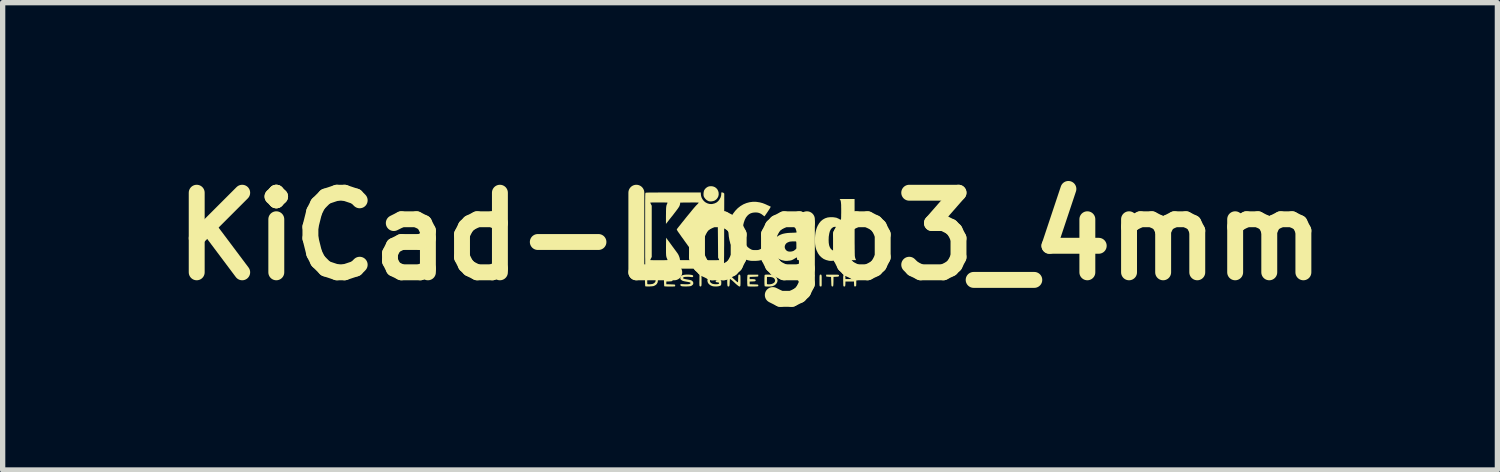
<source format=kicad_pcb>
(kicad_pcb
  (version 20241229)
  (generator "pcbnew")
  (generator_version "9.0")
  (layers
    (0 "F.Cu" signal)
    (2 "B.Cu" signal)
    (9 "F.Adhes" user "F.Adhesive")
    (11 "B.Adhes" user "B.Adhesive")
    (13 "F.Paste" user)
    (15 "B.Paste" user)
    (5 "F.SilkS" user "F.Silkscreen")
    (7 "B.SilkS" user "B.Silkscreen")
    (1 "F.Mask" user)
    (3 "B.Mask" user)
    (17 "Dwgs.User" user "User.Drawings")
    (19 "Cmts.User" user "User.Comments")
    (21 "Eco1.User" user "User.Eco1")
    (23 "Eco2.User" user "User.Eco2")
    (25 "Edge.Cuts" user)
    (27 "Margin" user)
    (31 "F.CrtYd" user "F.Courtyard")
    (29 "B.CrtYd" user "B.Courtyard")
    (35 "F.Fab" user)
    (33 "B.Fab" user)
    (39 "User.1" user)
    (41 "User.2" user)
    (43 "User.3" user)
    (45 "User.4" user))
  (footprint "KiCad-Logo3_4mm"
    (layer "F.Cu")
    (at 11.086 1.404)
    (property "Reference" "KiCad-Logo3_4mm" (at 0 0 0) (layer "F.SilkS") (effects (font (size 1.5 1.5) (thickness 0.3))))
    (attr board_only exclude_from_pos_files exclude_from_bom)
    (fp_poly (pts (xy -0.926 0.722) (xy -0.921 0.726) (xy -0.918 0.734) (xy -0.916 0.747) (xy -0.915 0.767) (xy -0.914 0.794) (xy -0.914 0.829) (xy -0.914 0.834) (xy -0.914 0.867) (xy -0.914 0.893) (xy -0.915 0.911) (xy -0.916 0.924) (xy -0.918 0.932) (xy -0.92 0.937) (xy -0.921 0.939) (xy -0.932 0.946) (xy -0.943 0.943) (xy -0.948 0.939) (xy -0.951 0.935) (xy -0.952 0.93) (xy -0.954 0.921) (xy -0.954 0.907) (xy -0.955 0.887) (xy -0.955 0.861) (xy -0.954 0.83) (xy -0.953 0.728) (xy -0.94 0.724) (xy -0.932 0.721)) (stroke (width 0) (type solid)) (fill yes) (layer "F.SilkS"))
    (fp_poly (pts (xy -0.699 -0.941) (xy -0.667 -0.929) (xy -0.64 -0.911) (xy -0.617 -0.886) (xy -0.601 -0.855) (xy -0.593 -0.827) (xy -0.591 -0.791) (xy -0.597 -0.756) (xy -0.612 -0.725) (xy -0.633 -0.698) (xy -0.662 -0.677) (xy -0.671 -0.672) (xy -0.695 -0.664) (xy -0.723 -0.659) (xy -0.751 -0.658) (xy -0.775 -0.661) (xy -0.782 -0.664) (xy -0.814 -0.68) (xy -0.841 -0.704) (xy -0.863 -0.733) (xy -0.872 -0.752) (xy -0.876 -0.769) (xy -0.877 -0.792) (xy -0.876 -0.818) (xy -0.872 -0.843) (xy -0.866 -0.864) (xy -0.863 -0.87) (xy -0.847 -0.894) (xy -0.825 -0.915) (xy -0.799 -0.932) (xy -0.772 -0.942) (xy -0.771 -0.942) (xy -0.734 -0.945)) (stroke (width 0) (type solid)) (fill yes) (layer "F.SilkS"))
    (fp_poly (pts (xy 1.336 0.722) (xy 1.341 0.724) (xy 1.345 0.728) (xy 1.347 0.736) (xy 1.349 0.75) (xy 1.35 0.768) (xy 1.35 0.794) (xy 1.35 0.828) (xy 1.35 0.836) (xy 1.35 0.87) (xy 1.35 0.896) (xy 1.35 0.915) (xy 1.349 0.928) (xy 1.347 0.937) (xy 1.346 0.941) (xy 1.343 0.943) (xy 1.343 0.943) (xy 1.329 0.946) (xy 1.317 0.941) (xy 1.314 0.939) (xy 1.312 0.935) (xy 1.311 0.928) (xy 1.31 0.917) (xy 1.309 0.9) (xy 1.309 0.877) (xy 1.309 0.846) (xy 1.309 0.834) (xy 1.309 0.799) (xy 1.309 0.772) (xy 1.31 0.752) (xy 1.312 0.738) (xy 1.314 0.729) (xy 1.318 0.724) (xy 1.323 0.722) (xy 1.329 0.721) (xy 1.33 0.721)) (stroke (width 0) (type solid)) (fill yes) (layer "F.SilkS"))
    (fp_poly (pts (xy 1.617 0.722) (xy 1.639 0.722) (xy 1.655 0.724) (xy 1.665 0.725) (xy 1.672 0.728) (xy 1.675 0.732) (xy 1.676 0.737) (xy 1.676 0.739) (xy 1.675 0.748) (xy 1.671 0.754) (xy 1.662 0.758) (xy 1.647 0.761) (xy 1.625 0.762) (xy 1.62 0.762) (xy 1.573 0.765) (xy 1.572 0.849) (xy 1.571 0.882) (xy 1.57 0.908) (xy 1.568 0.927) (xy 1.567 0.938) (xy 1.566 0.94) (xy 1.556 0.946) (xy 1.545 0.944) (xy 1.538 0.939) (xy 1.536 0.933) (xy 1.533 0.921) (xy 1.532 0.903) (xy 1.531 0.878) (xy 1.53 0.848) (xy 1.527 0.765) (xy 1.5 0.764) (xy 1.48 0.763) (xy 1.461 0.761) (xy 1.452 0.76) (xy 1.44 0.758) (xy 1.435 0.754) (xy 1.433 0.747) (xy 1.434 0.74) (xy 1.435 0.723) (xy 1.55 0.722) (xy 1.587 0.722)) (stroke (width 0) (type solid)) (fill yes) (layer "F.SilkS"))
    (fp_poly (pts (xy 1.991 0.725) (xy 2.003 0.73) (xy 2.003 0.826) (xy 2.002 0.855) (xy 2.002 0.881) (xy 2.001 0.904) (xy 2.001 0.921) (xy 2 0.93) (xy 2 0.931) (xy 1.993 0.941) (xy 1.981 0.945) (xy 1.971 0.944) (xy 1.966 0.942) (xy 1.964 0.937) (xy 1.962 0.928) (xy 1.961 0.913) (xy 1.96 0.897) (xy 1.959 0.852) (xy 1.879 0.852) (xy 1.798 0.852) (xy 1.797 0.893) (xy 1.796 0.912) (xy 1.794 0.928) (xy 1.792 0.938) (xy 1.791 0.94) (xy 1.781 0.946) (xy 1.768 0.944) (xy 1.764 0.942) (xy 1.761 0.939) (xy 1.759 0.932) (xy 1.758 0.922) (xy 1.757 0.906) (xy 1.756 0.883) (xy 1.756 0.852) (xy 1.755 0.846) (xy 1.755 0.809) (xy 1.755 0.78) (xy 1.756 0.758) (xy 1.758 0.742) (xy 1.761 0.732) (xy 1.765 0.726) (xy 1.77 0.723) (xy 1.774 0.722) (xy 1.783 0.723) (xy 1.79 0.728) (xy 1.794 0.739) (xy 1.796 0.757) (xy 1.797 0.77) (xy 1.798 0.806) (xy 1.879 0.806) (xy 1.959 0.806) (xy 1.961 0.768) (xy 1.963 0.745) (xy 1.967 0.73) (xy 1.973 0.723) (xy 1.981 0.722)) (stroke (width 0) (type solid)) (fill yes) (layer "F.SilkS"))
    (fp_poly (pts (xy 0.363 0.722) (xy 0.385 0.723) (xy 0.404 0.725) (xy 0.414 0.726) (xy 0.448 0.737) (xy 0.476 0.755) (xy 0.498 0.778) (xy 0.513 0.807) (xy 0.515 0.812) (xy 0.518 0.837) (xy 0.513 0.862) (xy 0.5 0.886) (xy 0.482 0.907) (xy 0.458 0.925) (xy 0.43 0.937) (xy 0.414 0.942) (xy 0.397 0.944) (xy 0.376 0.945) (xy 0.353 0.946) (xy 0.33 0.946) (xy 0.309 0.946) (xy 0.291 0.944) (xy 0.28 0.942) (xy 0.277 0.941) (xy 0.275 0.934) (xy 0.273 0.92) (xy 0.272 0.9) (xy 0.271 0.876) (xy 0.271 0.853) (xy 0.318 0.853) (xy 0.318 0.873) (xy 0.318 0.889) (xy 0.319 0.898) (xy 0.319 0.899) (xy 0.325 0.902) (xy 0.337 0.904) (xy 0.354 0.905) (xy 0.374 0.904) (xy 0.393 0.901) (xy 0.409 0.898) (xy 0.436 0.886) (xy 0.456 0.872) (xy 0.468 0.854) (xy 0.472 0.833) (xy 0.471 0.825) (xy 0.463 0.803) (xy 0.447 0.786) (xy 0.423 0.774) (xy 0.392 0.767) (xy 0.361 0.765) (xy 0.319 0.765) (xy 0.318 0.829) (xy 0.318 0.853) (xy 0.271 0.853) (xy 0.271 0.85) (xy 0.271 0.822) (xy 0.271 0.795) (xy 0.272 0.77) (xy 0.273 0.75) (xy 0.274 0.735) (xy 0.276 0.727) (xy 0.277 0.727) (xy 0.284 0.724) (xy 0.298 0.722) (xy 0.317 0.721) (xy 0.339 0.721)) (stroke (width 0) (type solid)) (fill yes) (layer "F.SilkS"))
    (fp_poly (pts (xy 0.025 0.722) (xy 0.057 0.722) (xy 0.154 0.723) (xy 0.155 0.737) (xy 0.155 0.748) (xy 0.152 0.755) (xy 0.146 0.757) (xy 0.131 0.759) (xy 0.11 0.76) (xy 0.084 0.762) (xy 0.07 0.762) (xy -0.007 0.765) (xy -0.007 0.785) (xy -0.007 0.806) (xy 0.043 0.807) (xy 0.069 0.808) (xy 0.086 0.81) (xy 0.097 0.814) (xy 0.103 0.819) (xy 0.106 0.826) (xy 0.106 0.829) (xy 0.104 0.837) (xy 0.1 0.843) (xy 0.091 0.847) (xy 0.075 0.849) (xy 0.052 0.85) (xy 0.043 0.851) (xy -0.007 0.852) (xy -0.007 0.877) (xy -0.007 0.903) (xy 0.069 0.905) (xy 0.095 0.906) (xy 0.117 0.907) (xy 0.135 0.908) (xy 0.147 0.91) (xy 0.15 0.911) (xy 0.155 0.919) (xy 0.156 0.93) (xy 0.152 0.94) (xy 0.151 0.941) (xy 0.144 0.942) (xy 0.131 0.944) (xy 0.111 0.945) (xy 0.088 0.946) (xy 0.062 0.946) (xy 0.035 0.946) (xy 0.01 0.946) (xy -0.012 0.945) (xy -0.031 0.944) (xy -0.042 0.943) (xy -0.046 0.942) (xy -0.048 0.936) (xy -0.05 0.922) (xy -0.052 0.903) (xy -0.053 0.879) (xy -0.053 0.853) (xy -0.054 0.825) (xy -0.053 0.798) (xy -0.052 0.774) (xy -0.051 0.753) (xy -0.049 0.737) (xy -0.047 0.729) (xy -0.046 0.729) (xy -0.043 0.726) (xy -0.038 0.724) (xy -0.03 0.723) (xy -0.018 0.722) (xy 0.000298 0.722)) (stroke (width 0) (type solid)) (fill yes) (layer "F.SilkS"))
    (fp_poly (pts (xy -1.876 0.722) (xy -1.844 0.726) (xy -1.818 0.732) (xy -1.796 0.74) (xy -1.784 0.747) (xy -1.762 0.765) (xy -1.747 0.789) (xy -1.739 0.815) (xy -1.737 0.843) (xy -1.743 0.871) (xy -1.757 0.896) (xy -1.76 0.9) (xy -1.773 0.913) (xy -1.791 0.925) (xy -1.81 0.934) (xy -1.817 0.937) (xy -1.829 0.939) (xy -1.848 0.942) (xy -1.87 0.943) (xy -1.894 0.945) (xy -1.918 0.945) (xy -1.94 0.945) (xy -1.958 0.944) (xy -1.97 0.943) (xy -1.974 0.941) (xy -1.976 0.935) (xy -1.977 0.921) (xy -1.978 0.901) (xy -1.979 0.877) (xy -1.98 0.853) (xy -1.938 0.853) (xy -1.937 0.873) (xy -1.937 0.889) (xy -1.936 0.898) (xy -1.936 0.9) (xy -1.93 0.902) (xy -1.918 0.904) (xy -1.901 0.904) (xy -1.881 0.903) (xy -1.862 0.901) (xy -1.844 0.898) (xy -1.83 0.895) (xy -1.828 0.894) (xy -1.805 0.88) (xy -1.789 0.863) (xy -1.78 0.843) (xy -1.781 0.822) (xy -1.79 0.801) (xy -1.79 0.801) (xy -1.804 0.786) (xy -1.826 0.775) (xy -1.852 0.767) (xy -1.883 0.763) (xy -1.906 0.763) (xy -1.936 0.765) (xy -1.937 0.829) (xy -1.938 0.853) (xy -1.98 0.853) (xy -1.98 0.85) (xy -1.98 0.823) (xy -1.98 0.796) (xy -1.979 0.772) (xy -1.978 0.752) (xy -1.977 0.737) (xy -1.975 0.73) (xy -1.972 0.726) (xy -1.967 0.724) (xy -1.959 0.722) (xy -1.946 0.721) (xy -1.925 0.721) (xy -1.914 0.721)) (stroke (width 0) (type solid)) (fill yes) (layer "F.SilkS"))
    (fp_poly (pts (xy -1.48 0.721) (xy -1.456 0.721) (xy -1.438 0.722) (xy -1.426 0.723) (xy -1.418 0.724) (xy -1.414 0.726) (xy -1.413 0.728) (xy -1.41 0.742) (xy -1.413 0.753) (xy -1.416 0.756) (xy -1.422 0.758) (xy -1.436 0.759) (xy -1.456 0.761) (xy -1.48 0.762) (xy -1.5 0.762) (xy -1.578 0.765) (xy -1.578 0.785) (xy -1.578 0.806) (xy -1.524 0.808) (xy -1.498 0.81) (xy -1.48 0.812) (xy -1.469 0.815) (xy -1.463 0.819) (xy -1.461 0.826) (xy -1.461 0.829) (xy -1.462 0.836) (xy -1.466 0.842) (xy -1.475 0.845) (xy -1.49 0.848) (xy -1.513 0.849) (xy -1.524 0.85) (xy -1.578 0.852) (xy -1.578 0.877) (xy -1.578 0.903) (xy -1.5 0.905) (xy -1.474 0.906) (xy -1.45 0.907) (xy -1.432 0.908) (xy -1.42 0.91) (xy -1.416 0.911) (xy -1.411 0.919) (xy -1.411 0.932) (xy -1.413 0.939) (xy -1.415 0.941) (xy -1.419 0.943) (xy -1.427 0.945) (xy -1.44 0.945) (xy -1.459 0.946) (xy -1.485 0.946) (xy -1.513 0.946) (xy -1.549 0.946) (xy -1.577 0.945) (xy -1.597 0.944) (xy -1.609 0.943) (xy -1.616 0.941) (xy -1.616 0.941) (xy -1.618 0.934) (xy -1.619 0.92) (xy -1.62 0.9) (xy -1.621 0.876) (xy -1.622 0.85) (xy -1.622 0.822) (xy -1.621 0.795) (xy -1.621 0.77) (xy -1.62 0.75) (xy -1.618 0.735) (xy -1.616 0.727) (xy -1.616 0.727) (xy -1.611 0.725) (xy -1.599 0.723) (xy -1.58 0.722) (xy -1.553 0.721) (xy -1.518 0.721) (xy -1.513 0.721)) (stroke (width 0) (type solid)) (fill yes) (layer "F.SilkS"))
    (fp_poly (pts (xy -0.407 0.72) (xy -0.403 0.721) (xy -0.395 0.727) (xy -0.381 0.737) (xy -0.366 0.75) (xy -0.35 0.763) (xy -0.337 0.775) (xy -0.335 0.776) (xy -0.32 0.791) (xy -0.302 0.807) (xy -0.284 0.823) (xy -0.267 0.839) (xy -0.253 0.851) (xy -0.243 0.859) (xy -0.24 0.862) (xy -0.235 0.865) (xy -0.231 0.865) (xy -0.228 0.863) (xy -0.227 0.855) (xy -0.225 0.841) (xy -0.225 0.82) (xy -0.224 0.793) (xy -0.223 0.766) (xy -0.222 0.747) (xy -0.22 0.734) (xy -0.216 0.726) (xy -0.211 0.722) (xy -0.204 0.721) (xy -0.202 0.721) (xy -0.195 0.722) (xy -0.19 0.724) (xy -0.187 0.728) (xy -0.184 0.737) (xy -0.182 0.75) (xy -0.181 0.769) (xy -0.181 0.795) (xy -0.18 0.826) (xy -0.18 0.86) (xy -0.18 0.889) (xy -0.181 0.912) (xy -0.182 0.927) (xy -0.183 0.934) (xy -0.188 0.942) (xy -0.194 0.946) (xy -0.203 0.945) (xy -0.215 0.939) (xy -0.231 0.927) (xy -0.252 0.91) (xy -0.278 0.887) (xy -0.287 0.878) (xy -0.311 0.856) (xy -0.333 0.836) (xy -0.351 0.821) (xy -0.366 0.81) (xy -0.375 0.804) (xy -0.378 0.803) (xy -0.38 0.809) (xy -0.381 0.822) (xy -0.382 0.841) (xy -0.384 0.864) (xy -0.384 0.871) (xy -0.385 0.899) (xy -0.387 0.919) (xy -0.39 0.933) (xy -0.394 0.941) (xy -0.4 0.945) (xy -0.408 0.946) (xy -0.409 0.946) (xy -0.419 0.943) (xy -0.421 0.94) (xy -0.425 0.932) (xy -0.427 0.915) (xy -0.429 0.894) (xy -0.43 0.868) (xy -0.43 0.84) (xy -0.43 0.811) (xy -0.429 0.784) (xy -0.427 0.76) (xy -0.425 0.74) (xy -0.422 0.727) (xy -0.42 0.724) (xy -0.414 0.719)) (stroke (width 0) (type solid)) (fill yes) (layer "F.SilkS"))
    (fp_poly (pts (xy -0.592 0.725) (xy -0.572 0.731) (xy -0.561 0.739) (xy -0.558 0.75) (xy -0.561 0.76) (xy -0.564 0.763) (xy -0.569 0.765) (xy -0.579 0.766) (xy -0.594 0.766) (xy -0.615 0.764) (xy -0.639 0.763) (xy -0.657 0.763) (xy -0.672 0.765) (xy -0.687 0.768) (xy -0.697 0.771) (xy -0.722 0.781) (xy -0.74 0.792) (xy -0.75 0.807) (xy -0.755 0.825) (xy -0.755 0.833) (xy -0.755 0.849) (xy -0.752 0.86) (xy -0.745 0.87) (xy -0.742 0.872) (xy -0.725 0.886) (xy -0.704 0.896) (xy -0.677 0.901) (xy -0.644 0.903) (xy -0.643 0.903) (xy -0.617 0.902) (xy -0.599 0.899) (xy -0.589 0.895) (xy -0.584 0.887) (xy -0.584 0.88) (xy -0.587 0.874) (xy -0.593 0.871) (xy -0.605 0.868) (xy -0.611 0.868) (xy -0.63 0.865) (xy -0.641 0.862) (xy -0.646 0.857) (xy -0.648 0.849) (xy -0.648 0.848) (xy -0.645 0.838) (xy -0.638 0.831) (xy -0.625 0.826) (xy -0.604 0.824) (xy -0.597 0.823) (xy -0.579 0.822) (xy -0.567 0.823) (xy -0.559 0.825) (xy -0.553 0.829) (xy -0.552 0.831) (xy -0.547 0.837) (xy -0.544 0.846) (xy -0.542 0.858) (xy -0.542 0.877) (xy -0.543 0.897) (xy -0.545 0.911) (xy -0.548 0.92) (xy -0.55 0.923) (xy -0.562 0.931) (xy -0.581 0.938) (xy -0.605 0.943) (xy -0.632 0.945) (xy -0.66 0.945) (xy -0.687 0.943) (xy -0.705 0.94) (xy -0.737 0.928) (xy -0.763 0.911) (xy -0.784 0.89) (xy -0.798 0.865) (xy -0.804 0.838) (xy -0.804 0.834) (xy -0.8 0.81) (xy -0.789 0.785) (xy -0.772 0.764) (xy -0.756 0.75) (xy -0.74 0.74) (xy -0.724 0.733) (xy -0.706 0.728) (xy -0.684 0.725) (xy -0.656 0.723) (xy -0.651 0.722) (xy -0.618 0.722)) (stroke (width 0) (type solid)) (fill yes) (layer "F.SilkS"))
    (fp_poly (pts (xy -1.145 0.722) (xy -1.115 0.725) (xy -1.093 0.729) (xy -1.079 0.735) (xy -1.072 0.744) (xy -1.072 0.755) (xy -1.076 0.764) (xy -1.083 0.768) (xy -1.095 0.769) (xy -1.114 0.767) (xy -1.115 0.767) (xy -1.136 0.764) (xy -1.162 0.763) (xy -1.188 0.763) (xy -1.212 0.764) (xy -1.232 0.765) (xy -1.241 0.767) (xy -1.254 0.773) (xy -1.262 0.78) (xy -1.263 0.781) (xy -1.264 0.787) (xy -1.26 0.793) (xy -1.249 0.798) (xy -1.232 0.804) (xy -1.206 0.809) (xy -1.182 0.813) (xy -1.155 0.818) (xy -1.134 0.822) (xy -1.12 0.826) (xy -1.109 0.829) (xy -1.101 0.834) (xy -1.092 0.84) (xy -1.087 0.845) (xy -1.076 0.856) (xy -1.072 0.865) (xy -1.07 0.879) (xy -1.07 0.881) (xy -1.071 0.897) (xy -1.076 0.907) (xy -1.083 0.915) (xy -1.095 0.925) (xy -1.106 0.933) (xy -1.119 0.938) (xy -1.136 0.941) (xy -1.157 0.943) (xy -1.185 0.944) (xy -1.197 0.945) (xy -1.222 0.945) (xy -1.247 0.944) (xy -1.267 0.943) (xy -1.281 0.942) (xy -1.285 0.941) (xy -1.302 0.935) (xy -1.311 0.927) (xy -1.312 0.915) (xy -1.312 0.911) (xy -1.309 0.9) (xy -1.237 0.903) (xy -1.199 0.904) (xy -1.17 0.903) (xy -1.148 0.901) (xy -1.134 0.896) (xy -1.125 0.89) (xy -1.122 0.883) (xy -1.122 0.877) (xy -1.125 0.873) (xy -1.132 0.869) (xy -1.144 0.865) (xy -1.162 0.861) (xy -1.188 0.856) (xy -1.2 0.854) (xy -1.229 0.849) (xy -1.251 0.844) (xy -1.268 0.839) (xy -1.281 0.833) (xy -1.292 0.825) (xy -1.299 0.82) (xy -1.309 0.81) (xy -1.313 0.799) (xy -1.314 0.789) (xy -1.311 0.768) (xy -1.302 0.751) (xy -1.287 0.739) (xy -1.264 0.73) (xy -1.234 0.724) (xy -1.196 0.721) (xy -1.184 0.721)) (stroke (width 0) (type solid)) (fill yes) (layer "F.SilkS"))
    (fp_poly (pts (xy 0.892 0.722) (xy 0.896 0.723) (xy 0.899 0.725) (xy 0.903 0.729) (xy 0.908 0.736) (xy 0.914 0.748) (xy 0.923 0.764) (xy 0.934 0.787) (xy 0.948 0.816) (xy 0.952 0.824) (xy 0.96 0.841) (xy 0.968 0.855) (xy 0.974 0.863) (xy 0.976 0.865) (xy 0.979 0.861) (xy 0.986 0.85) (xy 0.995 0.835) (xy 1 0.826) (xy 1.013 0.803) (xy 1.023 0.787) (xy 1.031 0.777) (xy 1.037 0.772) (xy 1.041 0.772) (xy 1.05 0.776) (xy 1.062 0.789) (xy 1.074 0.81) (xy 1.082 0.825) (xy 1.091 0.843) (xy 1.098 0.855) (xy 1.103 0.861) (xy 1.109 0.861) (xy 1.116 0.855) (xy 1.124 0.841) (xy 1.135 0.82) (xy 1.147 0.796) (xy 1.16 0.77) (xy 1.17 0.75) (xy 1.178 0.737) (xy 1.183 0.729) (xy 1.188 0.724) (xy 1.193 0.722) (xy 1.195 0.722) (xy 1.207 0.724) (xy 1.212 0.73) (xy 1.214 0.736) (xy 1.214 0.744) (xy 1.211 0.755) (xy 1.205 0.771) (xy 1.196 0.793) (xy 1.183 0.821) (xy 1.179 0.829) (xy 1.163 0.864) (xy 1.15 0.891) (xy 1.139 0.912) (xy 1.131 0.926) (xy 1.124 0.936) (xy 1.119 0.942) (xy 1.113 0.945) (xy 1.111 0.945) (xy 1.105 0.946) (xy 1.099 0.944) (xy 1.094 0.939) (xy 1.088 0.93) (xy 1.08 0.915) (xy 1.069 0.893) (xy 1.068 0.892) (xy 1.059 0.874) (xy 1.051 0.86) (xy 1.045 0.85) (xy 1.043 0.847) (xy 1.039 0.85) (xy 1.032 0.859) (xy 1.024 0.874) (xy 1.019 0.883) (xy 1.01 0.901) (xy 1.001 0.918) (xy 0.995 0.93) (xy 0.993 0.934) (xy 0.985 0.943) (xy 0.973 0.946) (xy 0.963 0.943) (xy 0.961 0.94) (xy 0.956 0.933) (xy 0.949 0.918) (xy 0.939 0.899) (xy 0.928 0.875) (xy 0.916 0.85) (xy 0.904 0.824) (xy 0.893 0.799) (xy 0.883 0.776) (xy 0.876 0.758) (xy 0.871 0.746) (xy 0.87 0.744) (xy 0.871 0.731) (xy 0.879 0.723) (xy 0.892 0.722)) (stroke (width 0) (type solid)) (fill yes) (layer "F.SilkS"))
    (fp_poly (pts (xy 1.971 -0.187) (xy 1.971 -0.118) (xy 1.971 -0.051) (xy 1.971 0.013) (xy 1.971 0.074) (xy 1.971 0.131) (xy 1.972 0.184) (xy 1.972 0.231) (xy 1.973 0.272) (xy 1.973 0.307) (xy 1.974 0.335) (xy 1.974 0.355) (xy 1.975 0.367) (xy 1.975 0.368) (xy 1.978 0.393) (xy 1.984 0.414) (xy 1.988 0.427) (xy 1.994 0.438) (xy 1.998 0.446) (xy 1.998 0.448) (xy 1.994 0.448) (xy 1.981 0.449) (xy 1.962 0.449) (xy 1.937 0.45) (xy 1.907 0.45) (xy 1.874 0.45) (xy 1.867 0.45) (xy 1.736 0.45) (xy 1.736 0.428) (xy 1.735 0.411) (xy 1.731 0.401) (xy 1.723 0.399) (xy 1.711 0.404) (xy 1.697 0.413) (xy 1.652 0.438) (xy 1.604 0.454) (xy 1.571 0.459) (xy 1.546 0.462) (xy 1.527 0.463) (xy 1.51 0.463) (xy 1.493 0.461) (xy 1.482 0.459) (xy 1.432 0.446) (xy 1.386 0.426) (xy 1.346 0.397) (xy 1.31 0.362) (xy 1.28 0.319) (xy 1.256 0.269) (xy 1.245 0.241) (xy 1.233 0.197) (xy 1.226 0.149) (xy 1.223 0.096) (xy 1.223 0.07) (xy 1.481 0.07) (xy 1.483 0.122) (xy 1.49 0.167) (xy 1.503 0.204) (xy 1.52 0.233) (xy 1.542 0.254) (xy 1.552 0.261) (xy 1.565 0.267) (xy 1.576 0.27) (xy 1.589 0.27) (xy 1.608 0.27) (xy 1.63 0.267) (xy 1.651 0.263) (xy 1.663 0.258) (xy 1.68 0.25) (xy 1.698 0.24) (xy 1.703 0.237) (xy 1.722 0.225) (xy 1.722 0.044) (xy 1.722 -0.137) (xy 1.71 -0.147) (xy 1.68 -0.164) (xy 1.645 -0.175) (xy 1.621 -0.178) (xy 1.601 -0.179) (xy 1.586 -0.178) (xy 1.574 -0.175) (xy 1.564 -0.17) (xy 1.54 -0.153) (xy 1.52 -0.128) (xy 1.504 -0.095) (xy 1.493 -0.054) (xy 1.485 -0.004) (xy 1.483 0.011) (xy 1.481 0.07) (xy 1.223 0.07) (xy 1.223 0.042) (xy 1.227 -0.019) (xy 1.234 -0.072) (xy 1.245 -0.12) (xy 1.259 -0.164) (xy 1.276 -0.202) (xy 1.304 -0.249) (xy 1.336 -0.287) (xy 1.373 -0.317) (xy 1.415 -0.34) (xy 1.461 -0.355) (xy 1.511 -0.361) (xy 1.566 -0.36) (xy 1.574 -0.359) (xy 1.595 -0.356) (xy 1.614 -0.353) (xy 1.629 -0.35) (xy 1.634 -0.348) (xy 1.67 -0.332) (xy 1.694 -0.318) (xy 1.705 -0.312) (xy 1.712 -0.31) (xy 1.714 -0.31) (xy 1.715 -0.315) (xy 1.716 -0.329) (xy 1.716 -0.349) (xy 1.717 -0.375) (xy 1.717 -0.406) (xy 1.718 -0.441) (xy 1.718 -0.47) (xy 1.718 -0.518) (xy 1.717 -0.558) (xy 1.717 -0.591) (xy 1.715 -0.617) (xy 1.713 -0.638) (xy 1.711 -0.654) (xy 1.708 -0.668) (xy 1.704 -0.679) (xy 1.699 -0.688) (xy 1.697 -0.691) (xy 1.689 -0.703) (xy 1.83 -0.703) (xy 1.97 -0.703)) (stroke (width 0) (type solid)) (fill yes) (layer "F.SilkS"))
    (fp_poly (pts (xy 0.118 -0.65) (xy 0.183 -0.64) (xy 0.239 -0.625) (xy 0.257 -0.618) (xy 0.275 -0.611) (xy 0.297 -0.602) (xy 0.324 -0.589) (xy 0.347 -0.579) (xy 0.364 -0.571) (xy 0.378 -0.564) (xy 0.388 -0.561) (xy 0.389 -0.56) (xy 0.389 -0.556) (xy 0.383 -0.544) (xy 0.373 -0.526) (xy 0.358 -0.502) (xy 0.338 -0.472) (xy 0.335 -0.467) (xy 0.318 -0.442) (xy 0.302 -0.419) (xy 0.289 -0.4) (xy 0.279 -0.386) (xy 0.273 -0.378) (xy 0.272 -0.377) (xy 0.267 -0.379) (xy 0.257 -0.387) (xy 0.244 -0.397) (xy 0.243 -0.398) (xy 0.212 -0.421) (xy 0.182 -0.436) (xy 0.15 -0.446) (xy 0.114 -0.45) (xy 0.098 -0.45) (xy 0.054 -0.446) (xy 0.015 -0.435) (xy -0.02 -0.416) (xy -0.05 -0.389) (xy -0.077 -0.355) (xy -0.099 -0.312) (xy -0.117 -0.261) (xy -0.127 -0.22) (xy -0.131 -0.194) (xy -0.134 -0.162) (xy -0.136 -0.125) (xy -0.136 -0.086) (xy -0.135 -0.047) (xy -0.133 -0.012) (xy -0.13 0.018) (xy -0.127 0.032) (xy -0.113 0.086) (xy -0.094 0.132) (xy -0.071 0.171) (xy -0.043 0.204) (xy -0.009 0.23) (xy 0.022 0.247) (xy 0.034 0.253) (xy 0.046 0.256) (xy 0.058 0.258) (xy 0.075 0.259) (xy 0.098 0.259) (xy 0.101 0.259) (xy 0.125 0.259) (xy 0.143 0.258) (xy 0.157 0.256) (xy 0.169 0.253) (xy 0.182 0.247) (xy 0.216 0.231) (xy 0.248 0.21) (xy 0.275 0.189) (xy 0.285 0.18) (xy 0.293 0.175) (xy 0.294 0.175) (xy 0.298 0.178) (xy 0.305 0.188) (xy 0.314 0.203) (xy 0.322 0.215) (xy 0.334 0.235) (xy 0.349 0.26) (xy 0.364 0.286) (xy 0.377 0.308) (xy 0.39 0.33) (xy 0.399 0.345) (xy 0.403 0.356) (xy 0.401 0.364) (xy 0.393 0.372) (xy 0.378 0.38) (xy 0.356 0.391) (xy 0.354 0.392) (xy 0.31 0.414) (xy 0.272 0.43) (xy 0.236 0.442) (xy 0.201 0.451) (xy 0.164 0.458) (xy 0.154 0.459) (xy 0.128 0.461) (xy 0.099 0.463) (xy 0.068 0.463) (xy 0.039 0.463) (xy 0.016 0.461) (xy 0.011 0.461) (xy -0.037 0.452) (xy -0.086 0.436) (xy -0.133 0.416) (xy -0.178 0.391) (xy -0.217 0.362) (xy -0.25 0.331) (xy -0.25 0.331) (xy -0.26 0.319) (xy -0.27 0.309) (xy -0.272 0.307) (xy -0.282 0.295) (xy -0.295 0.277) (xy -0.309 0.255) (xy -0.324 0.231) (xy -0.337 0.208) (xy -0.348 0.188) (xy -0.348 0.188) (xy -0.372 0.131) (xy -0.389 0.069) (xy -0.4 0.005) (xy -0.406 -0.062) (xy -0.406 -0.129) (xy -0.4 -0.195) (xy -0.389 -0.259) (xy -0.371 -0.32) (xy -0.349 -0.376) (xy -0.321 -0.426) (xy -0.278 -0.482) (xy -0.232 -0.53) (xy -0.181 -0.57) (xy -0.126 -0.603) (xy -0.068 -0.627) (xy -0.008 -0.643) (xy 0.054 -0.651)) (stroke (width 0) (type solid)) (fill yes) (layer "F.SilkS"))
    (fp_poly (pts (xy 0.804 -0.36) (xy 0.836 -0.36) (xy 0.861 -0.359) (xy 0.881 -0.358) (xy 0.897 -0.356) (xy 0.911 -0.353) (xy 0.926 -0.35) (xy 0.961 -0.338) (xy 0.995 -0.323) (xy 1.024 -0.306) (xy 1.032 -0.3) (xy 1.056 -0.276) (xy 1.078 -0.245) (xy 1.095 -0.208) (xy 1.109 -0.166) (xy 1.117 -0.121) (xy 1.119 -0.11) (xy 1.119 -0.1) (xy 1.12 -0.081) (xy 1.121 -0.056) (xy 1.121 -0.024) (xy 1.122 0.014) (xy 1.123 0.055) (xy 1.124 0.1) (xy 1.124 0.147) (xy 1.125 0.164) (xy 1.128 0.408) (xy 1.14 0.426) (xy 1.152 0.444) (xy 1.138 0.447) (xy 1.13 0.448) (xy 1.114 0.449) (xy 1.092 0.449) (xy 1.064 0.45) (xy 1.033 0.45) (xy 1.009 0.45) (xy 0.973 0.45) (xy 0.944 0.45) (xy 0.923 0.45) (xy 0.908 0.449) (xy 0.897 0.446) (xy 0.891 0.443) (xy 0.888 0.439) (xy 0.886 0.433) (xy 0.886 0.425) (xy 0.886 0.424) (xy 0.885 0.411) (xy 0.884 0.402) (xy 0.882 0.397) (xy 0.879 0.399) (xy 0.869 0.404) (xy 0.854 0.412) (xy 0.842 0.419) (xy 0.817 0.434) (xy 0.797 0.444) (xy 0.779 0.451) (xy 0.76 0.455) (xy 0.737 0.459) (xy 0.73 0.459) (xy 0.703 0.462) (xy 0.682 0.463) (xy 0.665 0.462) (xy 0.652 0.461) (xy 0.6 0.45) (xy 0.554 0.432) (xy 0.513 0.407) (xy 0.479 0.376) (xy 0.456 0.347) (xy 0.436 0.309) (xy 0.422 0.267) (xy 0.416 0.221) (xy 0.415 0.19) (xy 0.654 0.19) (xy 0.655 0.218) (xy 0.665 0.242) (xy 0.681 0.263) (xy 0.704 0.279) (xy 0.722 0.285) (xy 0.747 0.288) (xy 0.775 0.287) (xy 0.802 0.281) (xy 0.823 0.273) (xy 0.838 0.262) (xy 0.853 0.251) (xy 0.859 0.245) (xy 0.873 0.229) (xy 0.873 0.165) (xy 0.873 0.139) (xy 0.872 0.121) (xy 0.871 0.109) (xy 0.869 0.102) (xy 0.867 0.099) (xy 0.865 0.097) (xy 0.854 0.095) (xy 0.837 0.095) (xy 0.816 0.095) (xy 0.793 0.096) (xy 0.77 0.098) (xy 0.751 0.1) (xy 0.739 0.103) (xy 0.707 0.116) (xy 0.682 0.133) (xy 0.665 0.156) (xy 0.655 0.182) (xy 0.654 0.19) (xy 0.415 0.19) (xy 0.415 0.176) (xy 0.422 0.131) (xy 0.428 0.114) (xy 0.441 0.081) (xy 0.46 0.052) (xy 0.485 0.026) (xy 0.514 0.003) (xy 0.547 -0.018) (xy 0.581 -0.034) (xy 0.618 -0.047) (xy 0.66 -0.056) (xy 0.707 -0.063) (xy 0.761 -0.066) (xy 0.788 -0.067) (xy 0.815 -0.068) (xy 0.839 -0.069) (xy 0.858 -0.07) (xy 0.871 -0.072) (xy 0.876 -0.073) (xy 0.876 -0.073) (xy 0.876 -0.081) (xy 0.874 -0.095) (xy 0.869 -0.112) (xy 0.864 -0.13) (xy 0.858 -0.145) (xy 0.854 -0.153) (xy 0.84 -0.169) (xy 0.819 -0.182) (xy 0.807 -0.188) (xy 0.797 -0.191) (xy 0.786 -0.193) (xy 0.772 -0.193) (xy 0.752 -0.192) (xy 0.747 -0.191) (xy 0.706 -0.187) (xy 0.668 -0.179) (xy 0.629 -0.166) (xy 0.608 -0.157) (xy 0.575 -0.143) (xy 0.565 -0.162) (xy 0.56 -0.173) (xy 0.552 -0.191) (xy 0.543 -0.213) (xy 0.533 -0.237) (xy 0.529 -0.246) (xy 0.502 -0.31) (xy 0.521 -0.314) (xy 0.531 -0.316) (xy 0.549 -0.32) (xy 0.572 -0.325) (xy 0.598 -0.332) (xy 0.627 -0.338) (xy 0.629 -0.339) (xy 0.719 -0.36)) (stroke (width 0) (type solid)) (fill yes) (layer "F.SilkS"))
    (fp_poly (pts (xy -0.928 -0.8) (xy -0.923 -0.761) (xy -0.911 -0.725) (xy -0.892 -0.692) (xy -0.868 -0.663) (xy -0.838 -0.639) (xy -0.805 -0.622) (xy -0.769 -0.611) (xy -0.731 -0.608) (xy -0.705 -0.611) (xy -0.664 -0.622) (xy -0.628 -0.64) (xy -0.598 -0.666) (xy -0.577 -0.694) (xy -0.556 -0.731) (xy -0.545 -0.768) (xy -0.542 -0.8) (xy -0.542 -0.827) (xy -0.524 -0.827) (xy -0.508 -0.824) (xy -0.497 -0.816) (xy -0.486 -0.805) (xy -0.488 -0.106) (xy -0.488 -0.008) (xy -0.488 0.081) (xy -0.488 0.161) (xy -0.489 0.234) (xy -0.489 0.299) (xy -0.489 0.356) (xy -0.49 0.406) (xy -0.49 0.45) (xy -0.49 0.487) (xy -0.491 0.518) (xy -0.491 0.543) (xy -0.492 0.564) (xy -0.493 0.579) (xy -0.493 0.589) (xy -0.494 0.595) (xy -0.495 0.598) (xy -0.502 0.6) (xy -0.516 0.603) (xy -0.534 0.606) (xy -0.548 0.607) (xy -0.558 0.607) (xy -0.576 0.608) (xy -0.603 0.608) (xy -0.637 0.608) (xy -0.677 0.609) (xy -0.723 0.609) (xy -0.775 0.609) (xy -0.831 0.609) (xy -0.891 0.609) (xy -0.954 0.61) (xy -1.02 0.61) (xy -1.088 0.61) (xy -1.158 0.61) (xy -1.228 0.61) (xy -1.298 0.61) (xy -1.368 0.61) (xy -1.437 0.61) (xy -1.504 0.61) (xy -1.568 0.609) (xy -1.63 0.609) (xy -1.687 0.609) (xy -1.74 0.609) (xy -1.789 0.609) (xy -1.831 0.608) (xy -1.867 0.608) (xy -1.896 0.608) (xy -1.918 0.607) (xy -1.931 0.607) (xy -1.935 0.607) (xy -1.951 0.604) (xy -1.965 0.601) (xy -1.971 0.598) (xy -1.972 0.596) (xy -1.973 0.59) (xy -1.974 0.581) (xy -1.974 0.569) (xy -1.975 0.552) (xy -1.975 0.53) (xy -1.976 0.503) (xy -1.976 0.471) (xy -1.976 0.447) (xy -1.88 0.447) (xy -1.88 0.447) (xy -1.875 0.448) (xy -1.862 0.449) (xy -1.842 0.449) (xy -1.817 0.45) (xy -1.788 0.45) (xy -1.756 0.45) (xy -1.723 0.45) (xy -1.69 0.45) (xy -1.657 0.45) (xy -1.627 0.45) (xy -1.601 0.449) (xy -1.579 0.449) (xy -1.564 0.448) (xy -1.557 0.448) (xy -1.556 0.447) (xy -1.556 0.442) (xy -1.56 0.431) (xy -1.564 0.421) (xy -1.569 0.409) (xy -1.574 0.398) (xy -1.577 0.385) (xy -1.58 0.371) (xy -1.582 0.353) (xy -1.583 0.332) (xy -1.584 0.305) (xy -1.584 0.273) (xy -1.584 0.233) (xy -1.584 0.189) (xy -1.582 0.026) (xy -1.554 0.065) (xy -1.54 0.084) (xy -1.525 0.103) (xy -1.513 0.12) (xy -1.509 0.126) (xy -1.495 0.145) (xy -1.479 0.167) (xy -1.461 0.192) (xy -1.442 0.217) (xy -1.424 0.242) (xy -1.407 0.265) (xy -1.392 0.285) (xy -1.381 0.301) (xy -1.374 0.31) (xy -1.357 0.335) (xy -1.343 0.363) (xy -1.332 0.391) (xy -1.325 0.415) (xy -1.324 0.421) (xy -1.32 0.448) (xy -1.144 0.449) (xy -1.105 0.449) (xy -1.068 0.449) (xy -1.035 0.449) (xy -1.008 0.449) (xy -0.986 0.448) (xy -0.971 0.448) (xy -0.97 0.447) (xy -0.888 0.447) (xy -0.883 0.448) (xy -0.87 0.449) (xy -0.85 0.449) (xy -0.825 0.45) (xy -0.797 0.45) (xy -0.766 0.45) (xy -0.733 0.45) (xy -0.701 0.45) (xy -0.67 0.45) (xy -0.642 0.45) (xy -0.618 0.449) (xy -0.599 0.449) (xy -0.587 0.448) (xy -0.583 0.448) (xy -0.583 0.443) (xy -0.587 0.432) (xy -0.591 0.424) (xy -0.602 0.402) (xy -0.605 0.025) (xy -0.609 -0.351) (xy -0.744 -0.353) (xy -0.779 -0.353) (xy -0.81 -0.353) (xy -0.838 -0.353) (xy -0.86 -0.353) (xy -0.876 -0.352) (xy -0.884 -0.352) (xy -0.885 -0.352) (xy -0.887 -0.348) (xy -0.885 -0.338) (xy -0.878 -0.325) (xy -0.866 -0.301) (xy -0.866 0.048) (xy -0.866 0.398) (xy -0.878 0.421) (xy -0.884 0.434) (xy -0.888 0.444) (xy -0.888 0.447) (xy -0.97 0.447) (xy -0.964 0.447) (xy -0.964 0.447) (xy -0.965 0.442) (xy -0.971 0.432) (xy -0.979 0.422) (xy -1.004 0.394) (xy -1.025 0.371) (xy -1.04 0.352) (xy -1.053 0.336) (xy -1.057 0.33) (xy -1.066 0.319) (xy -1.078 0.302) (xy -1.093 0.281) (xy -1.109 0.26) (xy -1.114 0.253) (xy -1.129 0.232) (xy -1.144 0.212) (xy -1.155 0.196) (xy -1.164 0.185) (xy -1.166 0.182) (xy -1.176 0.168) (xy -1.186 0.153) (xy -1.186 0.153) (xy -1.192 0.145) (xy -1.202 0.131) (xy -1.216 0.112) (xy -1.232 0.09) (xy -1.25 0.064) (xy -1.26 0.05) (xy -1.291 0.008) (xy -1.316 -0.028) (xy -1.336 -0.057) (xy -1.353 -0.08) (xy -1.365 -0.098) (xy -1.373 -0.112) (xy -1.378 -0.122) (xy -1.381 -0.128) (xy -1.381 -0.131) (xy -1.377 -0.137) (xy -1.368 -0.15) (xy -1.353 -0.169) (xy -1.334 -0.193) (xy -1.309 -0.224) (xy -1.281 -0.26) (xy -1.248 -0.3) (xy -1.212 -0.346) (xy -1.172 -0.395) (xy -1.128 -0.448) (xy -1.082 -0.505) (xy -1.08 -0.507) (xy -1.061 -0.53) (xy -1.04 -0.554) (xy -1.02 -0.577) (xy -1.002 -0.595) (xy -0.999 -0.598) (xy -0.982 -0.615) (xy -0.972 -0.628) (xy -0.969 -0.634) (xy -0.97 -0.636) (xy -0.976 -0.637) (xy -0.99 -0.637) (xy -1.011 -0.637) (xy -1.038 -0.638) (xy -1.07 -0.638) (xy -1.106 -0.638) (xy -1.145 -0.637) (xy -1.146 -0.637) (xy -1.316 -0.636) (xy -1.319 -0.61) (xy -1.324 -0.589) (xy -1.332 -0.568) (xy -1.336 -0.56) (xy -1.345 -0.546) (xy -1.359 -0.525) (xy -1.379 -0.498) (xy -1.403 -0.466) (xy -1.431 -0.43) (xy -1.462 -0.389) (xy -1.477 -0.371) (xy -1.496 -0.347) (xy -1.517 -0.321) (xy -1.537 -0.295) (xy -1.549 -0.279) (xy -1.585 -0.234) (xy -1.585 -0.382) (xy -1.584 -0.431) (xy -1.584 -0.471) (xy -1.583 -0.505) (xy -1.582 -0.532) (xy -1.58 -0.554) (xy -1.577 -0.572) (xy -1.574 -0.587) (xy -1.569 -0.599) (xy -1.564 -0.611) (xy -1.558 -0.624) (xy -1.556 -0.633) (xy -1.556 -0.636) (xy -1.561 -0.636) (xy -1.574 -0.637) (xy -1.594 -0.637) (xy -1.619 -0.638) (xy -1.648 -0.638) (xy -1.679 -0.638) (xy -1.713 -0.638) (xy -1.746 -0.638) (xy -1.778 -0.638) (xy -1.808 -0.638) (xy -1.835 -0.638) (xy -1.856 -0.637) (xy -1.871 -0.637) (xy -1.879 -0.636) (xy -1.88 -0.636) (xy -1.879 -0.631) (xy -1.875 -0.62) (xy -1.868 -0.606) (xy -1.868 -0.605) (xy -1.853 -0.577) (xy -1.853 -0.094) (xy -1.853 0.389) (xy -1.868 0.417) (xy -1.875 0.431) (xy -1.879 0.442) (xy -1.88 0.447) (xy -1.976 0.447) (xy -1.976 0.434) (xy -1.977 0.389) (xy -1.977 0.339) (xy -1.977 0.281) (xy -1.977 0.217) (xy -1.977 0.144) (xy -1.977 0.063) (xy -1.977 -0.026) (xy -1.977 -0.111) (xy -1.977 -0.205) (xy -1.977 -0.29) (xy -1.977 -0.367) (xy -1.977 -0.436) (xy -1.977 -0.497) (xy -1.977 -0.552) (xy -1.977 -0.6) (xy -1.977 -0.641) (xy -1.977 -0.677) (xy -1.976 -0.708) (xy -1.976 -0.734) (xy -1.976 -0.755) (xy -1.975 -0.773) (xy -1.975 -0.787) (xy -1.974 -0.797) (xy -1.973 -0.805) (xy -1.973 -0.811) (xy -1.972 -0.815) (xy -1.971 -0.818) (xy -1.97 -0.819) (xy -1.968 -0.82) (xy -1.968 -0.82) (xy -1.966 -0.821) (xy -1.961 -0.822) (xy -1.954 -0.823) (xy -1.943 -0.824) (xy -1.928 -0.824) (xy -1.909 -0.825) (xy -1.886 -0.825) (xy -1.857 -0.826) (xy -1.823 -0.826) (xy -1.782 -0.826) (xy -1.735 -0.826) (xy -1.681 -0.827) (xy -1.619 -0.827) (xy -1.549 -0.827) (xy -1.471 -0.827) (xy -1.444 -0.827) (xy -0.928 -0.827)) (stroke (width 0) (type solid)) (fill yes) (layer "F.SilkS")))
  (gr_rect
    (start -3 -3)
    (end 25.171 5.808)
    (stroke (width 0.1) (type default))
    (fill no)
    (layer "Edge.Cuts")))
</source>
